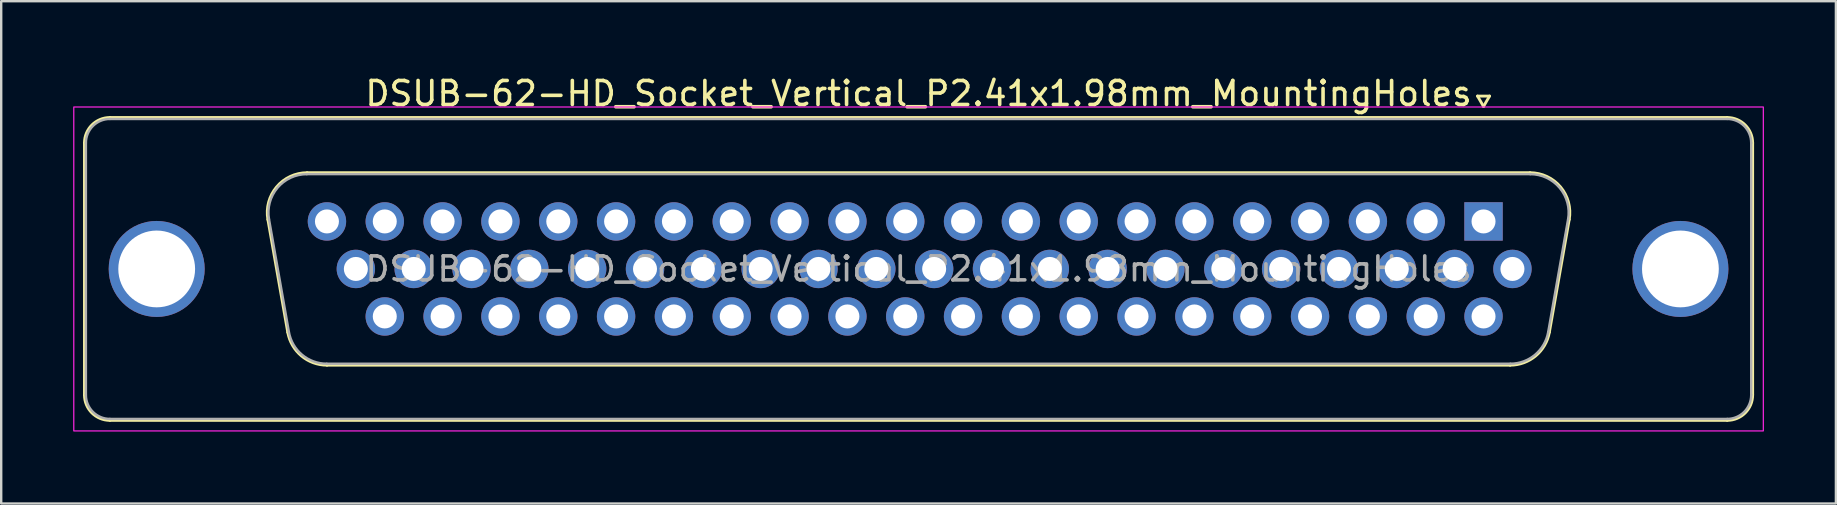
<source format=kicad_pcb>
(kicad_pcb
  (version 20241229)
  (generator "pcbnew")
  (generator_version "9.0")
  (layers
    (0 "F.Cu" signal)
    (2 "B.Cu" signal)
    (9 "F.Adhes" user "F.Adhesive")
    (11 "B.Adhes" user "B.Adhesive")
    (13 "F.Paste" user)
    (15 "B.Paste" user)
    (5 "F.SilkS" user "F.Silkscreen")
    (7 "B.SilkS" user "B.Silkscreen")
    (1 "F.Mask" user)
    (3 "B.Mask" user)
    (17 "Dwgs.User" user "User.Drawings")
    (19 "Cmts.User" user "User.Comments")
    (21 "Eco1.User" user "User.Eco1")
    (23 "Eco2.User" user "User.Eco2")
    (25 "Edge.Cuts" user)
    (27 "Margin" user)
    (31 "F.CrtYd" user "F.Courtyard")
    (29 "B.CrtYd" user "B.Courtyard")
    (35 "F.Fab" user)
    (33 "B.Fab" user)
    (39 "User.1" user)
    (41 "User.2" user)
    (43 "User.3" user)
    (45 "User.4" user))
  (footprint "DSUB-62-HD_Socket_Vertical_P2.41x1.98mm_MountingHoles"
    (layer "F.Cu")
    (at 58.775 6.178)
    (property "Reference" "DSUB-62-HD_Socket_Vertical_P2.41x1.98mm_MountingHoles" (at -23.545 -5.33 0) (layer "F.SilkS") (effects (font (size 1 1) (thickness 0.15))))
    (attr through_hole)
    (fp_line (start -58.305 7.23) (end -58.305 -3.27) (stroke (width 0.12) (type solid)) (layer "F.SilkS"))
    (fp_line (start -57.245 -4.33) (end 10.155 -4.33) (stroke (width 0.12) (type solid)) (layer "F.SilkS"))
    (fp_line (start -49.833 4.618) (end -50.661 -0.082) (stroke (width 0.12) (type solid)) (layer "F.SilkS"))
    (fp_line (start -49.027 -2.03) (end 1.937 -2.03) (stroke (width 0.12) (type solid)) (layer "F.SilkS"))
    (fp_line (start -0.25 -5.224) (end 0.25 -5.224) (stroke (width 0.12) (type solid)) (layer "F.SilkS"))
    (fp_line (start 0 -4.791) (end -0.25 -5.224) (stroke (width 0.12) (type solid)) (layer "F.SilkS"))
    (fp_line (start 0.25 -5.224) (end 0 -4.791) (stroke (width 0.12) (type solid)) (layer "F.SilkS"))
    (fp_line (start 1.108 5.99) (end -48.198 5.99) (stroke (width 0.12) (type solid)) (layer "F.SilkS"))
    (fp_line (start 3.571 -0.082) (end 2.743 4.618) (stroke (width 0.12) (type solid)) (layer "F.SilkS"))
    (fp_line (start 10.155 8.29) (end -57.245 8.29) (stroke (width 0.12) (type solid)) (layer "F.SilkS"))
    (fp_line (start 11.215 -3.27) (end 11.215 7.23) (stroke (width 0.12) (type solid)) (layer "F.SilkS"))
    (fp_arc (start -58.305 -3.27) (mid -57.994533 -4.019533) (end -57.245 -4.33) (stroke (width 0.12) (type solid)) (layer "F.SilkS"))
    (fp_arc (start -57.245 8.29) (mid -57.994533 7.979533) (end -58.305 7.23) (stroke (width 0.12) (type solid)) (layer "F.SilkS"))
    (fp_arc (start -50.66147 -0.081744) (mid -50.298323 -1.437027) (end -49.026689 -2.03) (stroke (width 0.12) (type solid)) (layer "F.SilkS"))
    (fp_arc (start -48.197952 5.99) (mid -49.26498 5.601634) (end -49.832733 4.618256) (stroke (width 0.12) (type solid)) (layer "F.SilkS"))
    (fp_arc (start 1.936689 -2.03) (mid 3.208323 -1.437027) (end 3.57147 -0.081744) (stroke (width 0.12) (type solid)) (layer "F.SilkS"))
    (fp_arc (start 2.742733 4.618256) (mid 2.17498 5.601634) (end 1.107952 5.99) (stroke (width 0.12) (type solid)) (layer "F.SilkS"))
    (fp_arc (start 10.155 -4.33) (mid 10.904533 -4.019533) (end 11.215 -3.27) (stroke (width 0.12) (type solid)) (layer "F.SilkS"))
    (fp_arc (start 11.215 7.23) (mid 10.904533 7.979533) (end 10.155 8.29) (stroke (width 0.12) (type solid)) (layer "F.SilkS"))
    (fp_rect (start -58.75 -4.77) (end 11.66 8.73) (stroke (width 0.05) (type solid)) (fill no) (layer "F.CrtYd"))
    (fp_line (start -58.245 7.23) (end -58.245 -3.27) (stroke (width 0.1) (type solid)) (layer "F.Fab"))
    (fp_line (start -57.245 -4.27) (end 10.155 -4.27) (stroke (width 0.1) (type solid)) (layer "F.Fab"))
    (fp_line (start -49.785 4.608) (end -50.614 -0.092) (stroke (width 0.1) (type solid)) (layer "F.Fab"))
    (fp_line (start -49.038 -1.97) (end 1.948 -1.97) (stroke (width 0.1) (type solid)) (layer "F.Fab"))
    (fp_line (start 1.119 5.93) (end -48.209 5.93) (stroke (width 0.1) (type solid)) (layer "F.Fab"))
    (fp_line (start 3.524 -0.092) (end 2.695 4.608) (stroke (width 0.1) (type solid)) (layer "F.Fab"))
    (fp_line (start 10.155 8.23) (end -57.245 8.23) (stroke (width 0.1) (type solid)) (layer "F.Fab"))
    (fp_line (start 11.155 -3.27) (end 11.155 7.23) (stroke (width 0.1) (type solid)) (layer "F.Fab"))
    (fp_arc (start -58.245 -3.27) (mid -57.952107 -3.977107) (end -57.245 -4.27) (stroke (width 0.1) (type solid)) (layer "F.Fab"))
    (fp_arc (start -57.245 8.23) (mid -57.952107 7.937107) (end -58.245 7.23) (stroke (width 0.1) (type solid)) (layer "F.Fab"))
    (fp_arc (start -50.613887 -0.092163) (mid -50.263865 -1.39846) (end -49.038194 -1.97) (stroke (width 0.1) (type solid)) (layer "F.Fab"))
    (fp_arc (start -48.209457 5.93) (mid -49.237918 5.555671) (end -49.78515 4.607837) (stroke (width 0.1) (type solid)) (layer "F.Fab"))
    (fp_arc (start 1.948194 -1.97) (mid 3.173865 -1.39846) (end 3.523887 -0.092163) (stroke (width 0.1) (type solid)) (layer "F.Fab"))
    (fp_arc (start 2.69515 4.607837) (mid 2.147918 5.555671) (end 1.119457 5.93) (stroke (width 0.1) (type solid)) (layer "F.Fab"))
    (fp_arc (start 10.155 -4.27) (mid 10.862107 -3.977107) (end 11.155 -3.27) (stroke (width 0.1) (type solid)) (layer "F.Fab"))
    (fp_arc (start 11.155 7.23) (mid 10.862107 7.937107) (end 10.155 8.23) (stroke (width 0.1) (type solid)) (layer "F.Fab"))
    (fp_text user "${REFERENCE}" (at -23.545 1.98 0) (layer "F.Fab") (effects (font (size 1 1) (thickness 0.15))))
    (pad "1" thru_hole rect (at 0 0) (size 1.6 1.6) (drill 1) (layers "*.Cu" "*.Mask"))
    (pad "2" thru_hole circle (at -2.41 0) (size 1.6 1.6) (drill 1) (layers "*.Cu" "*.Mask"))
    (pad "3" thru_hole circle (at -4.82 0) (size 1.6 1.6) (drill 1) (layers "*.Cu" "*.Mask"))
    (pad "4" thru_hole circle (at -7.23 0) (size 1.6 1.6) (drill 1) (layers "*.Cu" "*.Mask"))
    (pad "5" thru_hole circle (at -9.64 0) (size 1.6 1.6) (drill 1) (layers "*.Cu" "*.Mask"))
    (pad "6" thru_hole circle (at -12.05 0) (size 1.6 1.6) (drill 1) (layers "*.Cu" "*.Mask"))
    (pad "7" thru_hole circle (at -14.46 0) (size 1.6 1.6) (drill 1) (layers "*.Cu" "*.Mask"))
    (pad "8" thru_hole circle (at -16.87 0) (size 1.6 1.6) (drill 1) (layers "*.Cu" "*.Mask"))
    (pad "9" thru_hole circle (at -19.28 0) (size 1.6 1.6) (drill 1) (layers "*.Cu" "*.Mask"))
    (pad "10" thru_hole circle (at -21.69 0) (size 1.6 1.6) (drill 1) (layers "*.Cu" "*.Mask"))
    (pad "11" thru_hole circle (at -24.1 0) (size 1.6 1.6) (drill 1) (layers "*.Cu" "*.Mask"))
    (pad "12" thru_hole circle (at -26.51 0) (size 1.6 1.6) (drill 1) (layers "*.Cu" "*.Mask"))
    (pad "13" thru_hole circle (at -28.92 0) (size 1.6 1.6) (drill 1) (layers "*.Cu" "*.Mask"))
    (pad "14" thru_hole circle (at -31.33 0) (size 1.6 1.6) (drill 1) (layers "*.Cu" "*.Mask"))
    (pad "15" thru_hole circle (at -33.74 0) (size 1.6 1.6) (drill 1) (layers "*.Cu" "*.Mask"))
    (pad "16" thru_hole circle (at -36.15 0) (size 1.6 1.6) (drill 1) (layers "*.Cu" "*.Mask"))
    (pad "17" thru_hole circle (at -38.56 0) (size 1.6 1.6) (drill 1) (layers "*.Cu" "*.Mask"))
    (pad "18" thru_hole circle (at -40.97 0) (size 1.6 1.6) (drill 1) (layers "*.Cu" "*.Mask"))
    (pad "19" thru_hole circle (at -43.38 0) (size 1.6 1.6) (drill 1) (layers "*.Cu" "*.Mask"))
    (pad "20" thru_hole circle (at -45.79 0) (size 1.6 1.6) (drill 1) (layers "*.Cu" "*.Mask"))
    (pad "21" thru_hole circle (at -48.2 0) (size 1.6 1.6) (drill 1) (layers "*.Cu" "*.Mask"))
    (pad "22" thru_hole circle (at 1.205 1.98) (size 1.6 1.6) (drill 1) (layers "*.Cu" "*.Mask"))
    (pad "23" thru_hole circle (at -1.205 1.98) (size 1.6 1.6) (drill 1) (layers "*.Cu" "*.Mask"))
    (pad "24" thru_hole circle (at -3.615 1.98) (size 1.6 1.6) (drill 1) (layers "*.Cu" "*.Mask"))
    (pad "25" thru_hole circle (at -6.025 1.98) (size 1.6 1.6) (drill 1) (layers "*.Cu" "*.Mask"))
    (pad "26" thru_hole circle (at -8.435 1.98) (size 1.6 1.6) (drill 1) (layers "*.Cu" "*.Mask"))
    (pad "27" thru_hole circle (at -10.845 1.98) (size 1.6 1.6) (drill 1) (layers "*.Cu" "*.Mask"))
    (pad "28" thru_hole circle (at -13.255 1.98) (size 1.6 1.6) (drill 1) (layers "*.Cu" "*.Mask"))
    (pad "29" thru_hole circle (at -15.665 1.98) (size 1.6 1.6) (drill 1) (layers "*.Cu" "*.Mask"))
    (pad "30" thru_hole circle (at -18.075 1.98) (size 1.6 1.6) (drill 1) (layers "*.Cu" "*.Mask"))
    (pad "31" thru_hole circle (at -20.485 1.98) (size 1.6 1.6) (drill 1) (layers "*.Cu" "*.Mask"))
    (pad "32" thru_hole circle (at -22.895 1.98) (size 1.6 1.6) (drill 1) (layers "*.Cu" "*.Mask"))
    (pad "33" thru_hole circle (at -25.305 1.98) (size 1.6 1.6) (drill 1) (layers "*.Cu" "*.Mask"))
    (pad "34" thru_hole circle (at -27.715 1.98) (size 1.6 1.6) (drill 1) (layers "*.Cu" "*.Mask"))
    (pad "35" thru_hole circle (at -30.125 1.98) (size 1.6 1.6) (drill 1) (layers "*.Cu" "*.Mask"))
    (pad "36" thru_hole circle (at -32.535 1.98) (size 1.6 1.6) (drill 1) (layers "*.Cu" "*.Mask"))
    (pad "37" thru_hole circle (at -34.945 1.98) (size 1.6 1.6) (drill 1) (layers "*.Cu" "*.Mask"))
    (pad "38" thru_hole circle (at -37.355 1.98) (size 1.6 1.6) (drill 1) (layers "*.Cu" "*.Mask"))
    (pad "39" thru_hole circle (at -39.765 1.98) (size 1.6 1.6) (drill 1) (layers "*.Cu" "*.Mask"))
    (pad "40" thru_hole circle (at -42.175 1.98) (size 1.6 1.6) (drill 1) (layers "*.Cu" "*.Mask"))
    (pad "41" thru_hole circle (at -44.585 1.98) (size 1.6 1.6) (drill 1) (layers "*.Cu" "*.Mask"))
    (pad "42" thru_hole circle (at -46.995 1.98) (size 1.6 1.6) (drill 1) (layers "*.Cu" "*.Mask"))
    (pad "43" thru_hole circle (at 0 3.96) (size 1.6 1.6) (drill 1) (layers "*.Cu" "*.Mask"))
    (pad "44" thru_hole circle (at -2.41 3.96) (size 1.6 1.6) (drill 1) (layers "*.Cu" "*.Mask"))
    (pad "45" thru_hole circle (at -4.82 3.96) (size 1.6 1.6) (drill 1) (layers "*.Cu" "*.Mask"))
    (pad "46" thru_hole circle (at -7.23 3.96) (size 1.6 1.6) (drill 1) (layers "*.Cu" "*.Mask"))
    (pad "47" thru_hole circle (at -9.64 3.96) (size 1.6 1.6) (drill 1) (layers "*.Cu" "*.Mask"))
    (pad "48" thru_hole circle (at -12.05 3.96) (size 1.6 1.6) (drill 1) (layers "*.Cu" "*.Mask"))
    (pad "49" thru_hole circle (at -14.46 3.96) (size 1.6 1.6) (drill 1) (layers "*.Cu" "*.Mask"))
    (pad "50" thru_hole circle (at -16.87 3.96) (size 1.6 1.6) (drill 1) (layers "*.Cu" "*.Mask"))
    (pad "51" thru_hole circle (at -19.28 3.96) (size 1.6 1.6) (drill 1) (layers "*.Cu" "*.Mask"))
    (pad "52" thru_hole circle (at -21.69 3.96) (size 1.6 1.6) (drill 1) (layers "*.Cu" "*.Mask"))
    (pad "53" thru_hole circle (at -24.1 3.96) (size 1.6 1.6) (drill 1) (layers "*.Cu" "*.Mask"))
    (pad "54" thru_hole circle (at -26.51 3.96) (size 1.6 1.6) (drill 1) (layers "*.Cu" "*.Mask"))
    (pad "55" thru_hole circle (at -28.92 3.96) (size 1.6 1.6) (drill 1) (layers "*.Cu" "*.Mask"))
    (pad "56" thru_hole circle (at -31.33 3.96) (size 1.6 1.6) (drill 1) (layers "*.Cu" "*.Mask"))
    (pad "57" thru_hole circle (at -33.74 3.96) (size 1.6 1.6) (drill 1) (layers "*.Cu" "*.Mask"))
    (pad "58" thru_hole circle (at -36.15 3.96) (size 1.6 1.6) (drill 1) (layers "*.Cu" "*.Mask"))
    (pad "59" thru_hole circle (at -38.56 3.96) (size 1.6 1.6) (drill 1) (layers "*.Cu" "*.Mask"))
    (pad "60" thru_hole circle (at -40.97 3.96) (size 1.6 1.6) (drill 1) (layers "*.Cu" "*.Mask"))
    (pad "61" thru_hole circle (at -43.38 3.96) (size 1.6 1.6) (drill 1) (layers "*.Cu" "*.Mask"))
    (pad "62" thru_hole circle (at -45.79 3.96) (size 1.6 1.6) (drill 1) (layers "*.Cu" "*.Mask"))
    (pad "SH" thru_hole circle (at -55.295 1.98) (size 4 4) (drill 3.2) (layers "*.Cu" "*.Mask"))
    (pad "SH" thru_hole circle (at 8.205 1.98) (size 4 4) (drill 3.2) (layers "*.Cu" "*.Mask")))
  (gr_rect
    (start -3 -3)
    (end 73.46 17.933)
    (stroke (width 0.1) (type default))
    (fill no)
    (layer "Edge.Cuts")))
</source>
